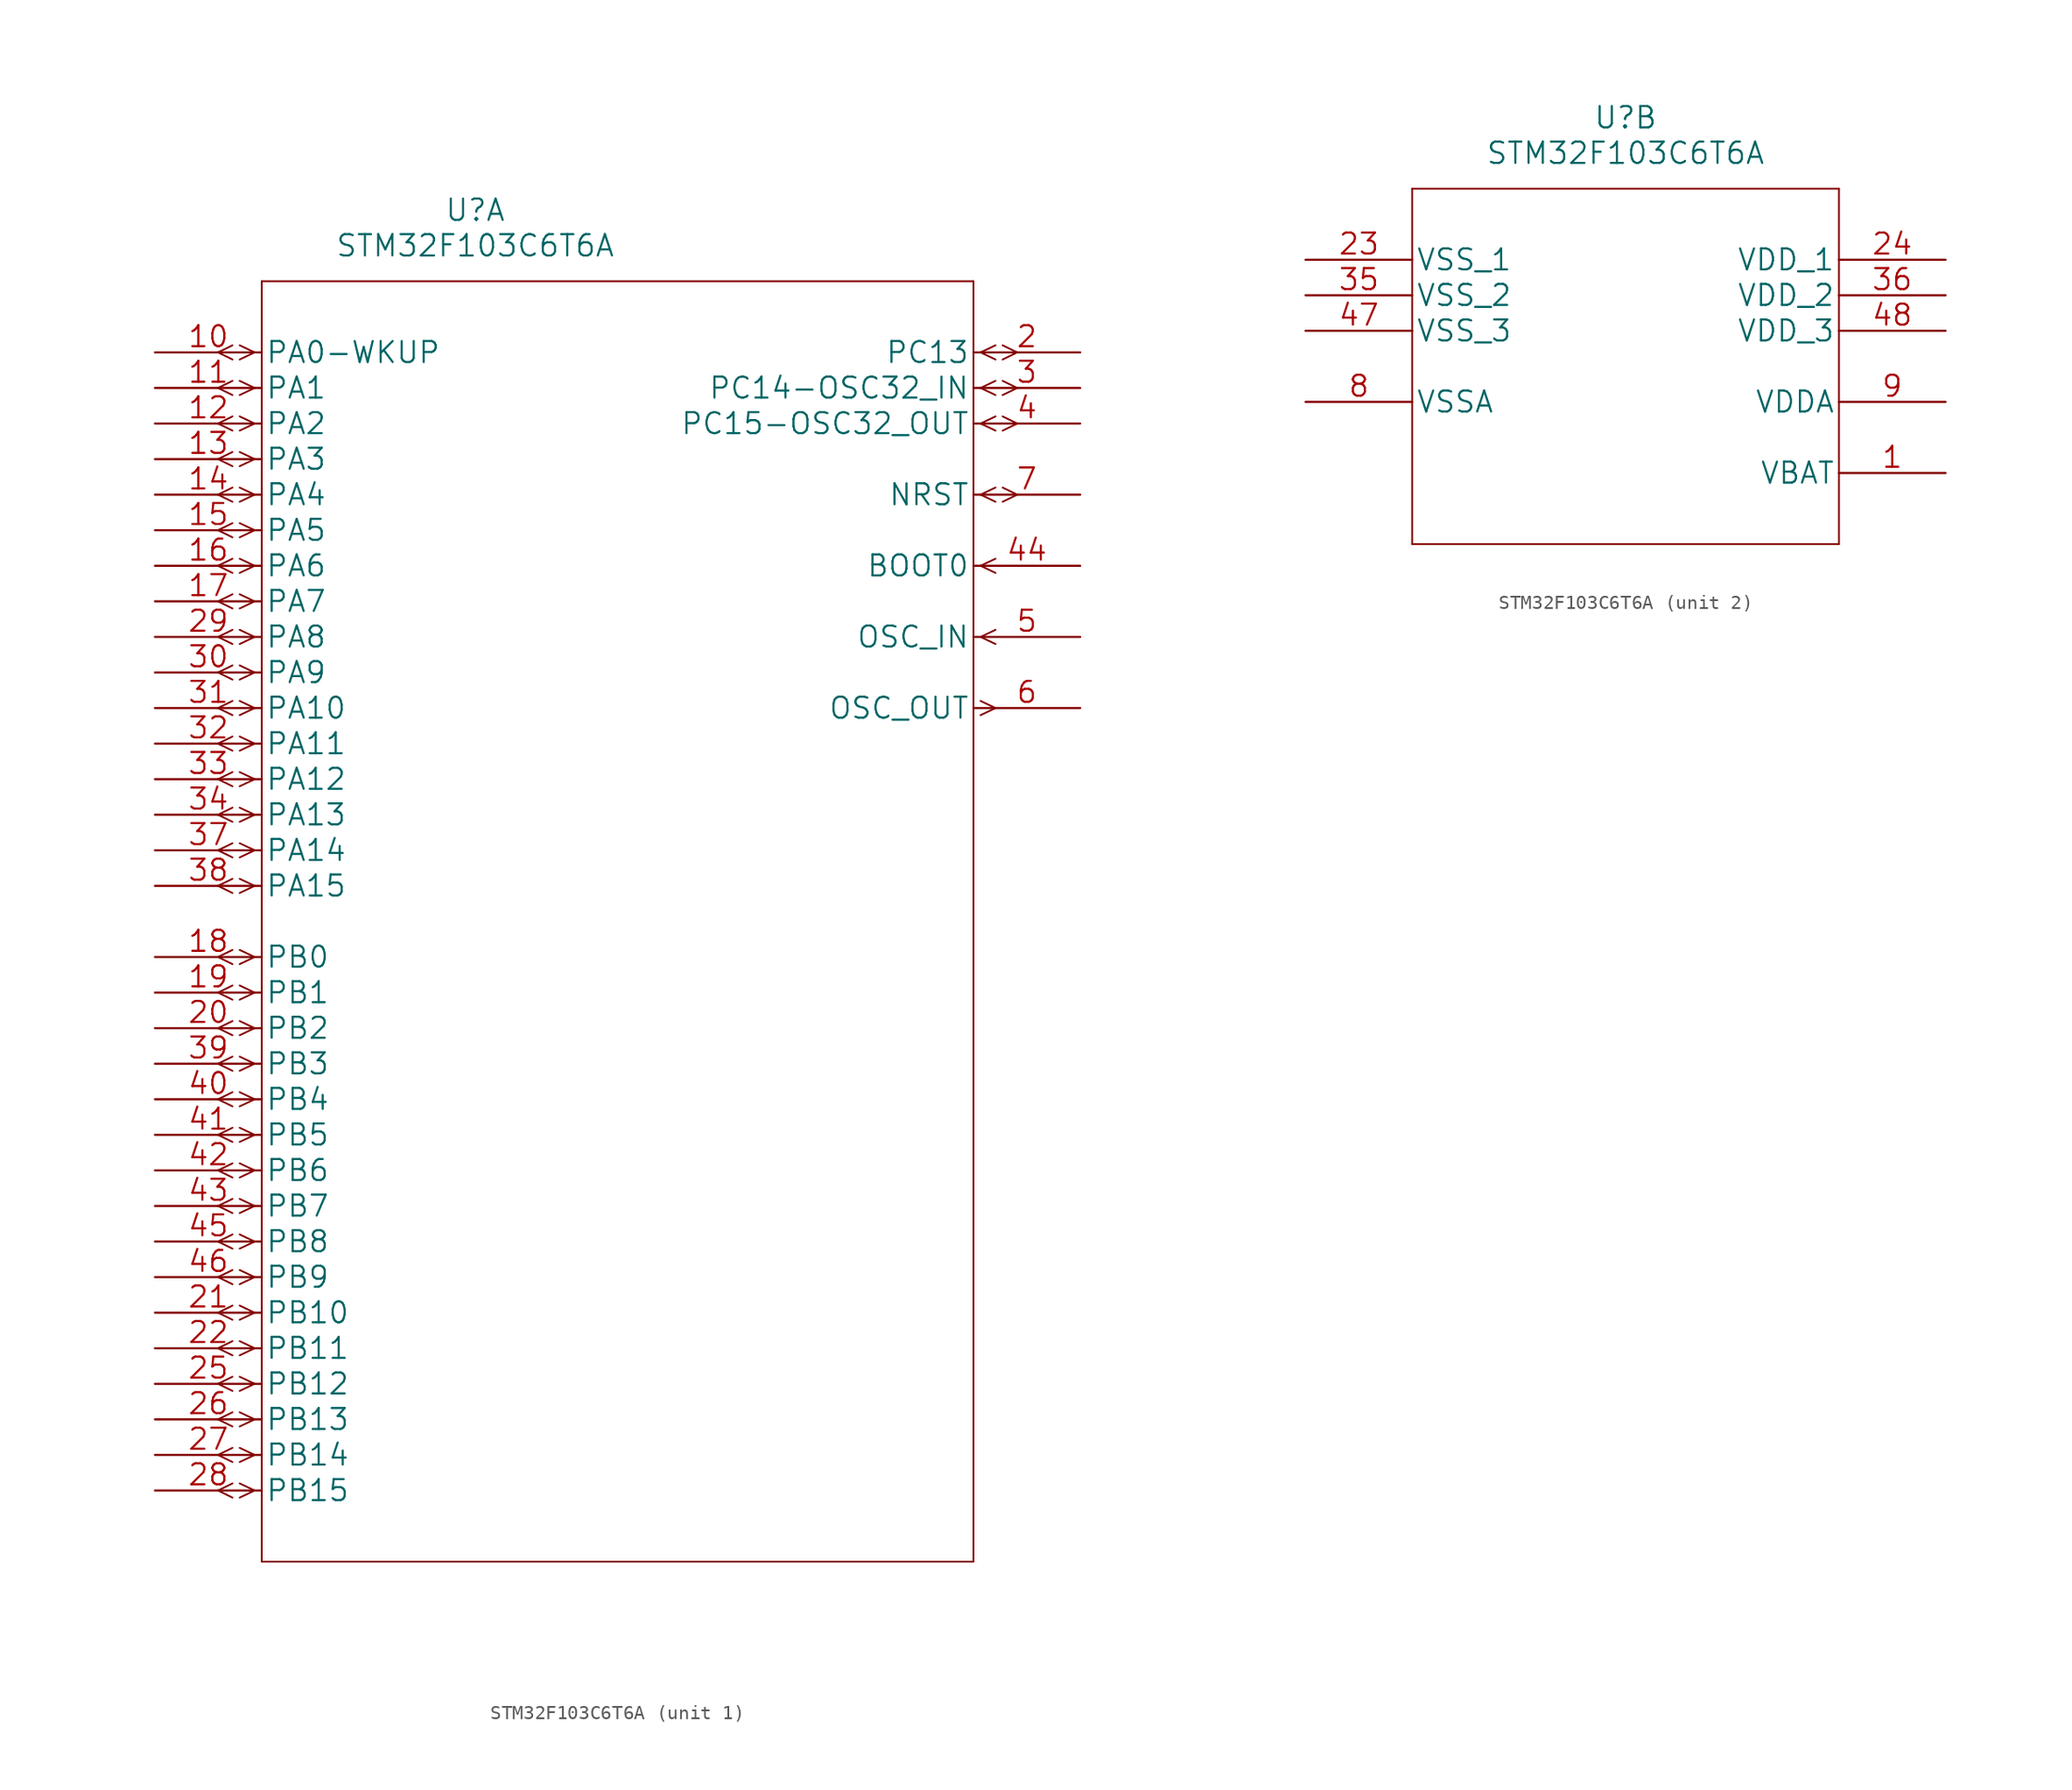
<source format=kicad_sym>
(kicad_symbol_lib
  (version 20211014)
  (generator kicad_symbol_editor)
  (symbol "STM32F103C6T6A"
    (pin_names
      (offset 0.254))
    (property "Reference" "U"
      (at 22.86 10.16 0)
      (effects (font (size 1.524 1.524))))
    (property "Value" "STM32F103C6T6A"
      (at 22.86 7.62 0)
      (effects (font (size 1.524 1.524))))
    (property "Datasheet" ""
      (at 0 0 0)
      (effects (font (size 1.524 1.524))))
    (symbol "STM32F103C6T6A_1_1"
      (polyline (pts (xy 5.537 -81.788) (xy 4.496 -81.28)) (stroke (width 0.127) (type default) (color 0 0 0 0)) (fill (type none)))
      (polyline (pts (xy 5.537 -80.772) (xy 4.496 -81.28)) (stroke (width 0.127) (type default) (color 0 0 0 0)) (fill (type none)))
      (polyline (pts (xy 5.537 -79.248) (xy 4.496 -78.74)) (stroke (width 0.127) (type default) (color 0 0 0 0)) (fill (type none)))
      (polyline (pts (xy 5.537 -78.232) (xy 4.496 -78.74)) (stroke (width 0.127) (type default) (color 0 0 0 0)) (fill (type none)))
      (polyline (pts (xy 5.537 -76.708) (xy 4.496 -76.2)) (stroke (width 0.127) (type default) (color 0 0 0 0)) (fill (type none)))
      (polyline (pts (xy 5.537 -75.692) (xy 4.496 -76.2)) (stroke (width 0.127) (type default) (color 0 0 0 0)) (fill (type none)))
      (polyline (pts (xy 5.537 -74.168) (xy 4.496 -73.66)) (stroke (width 0.127) (type default) (color 0 0 0 0)) (fill (type none)))
      (polyline (pts (xy 5.537 -73.152) (xy 4.496 -73.66)) (stroke (width 0.127) (type default) (color 0 0 0 0)) (fill (type none)))
      (polyline (pts (xy 5.537 -71.628) (xy 4.496 -71.12)) (stroke (width 0.127) (type default) (color 0 0 0 0)) (fill (type none)))
      (polyline (pts (xy 5.537 -70.612) (xy 4.496 -71.12)) (stroke (width 0.127) (type default) (color 0 0 0 0)) (fill (type none)))
      (polyline (pts (xy 5.537 -69.088) (xy 4.496 -68.58)) (stroke (width 0.127) (type default) (color 0 0 0 0)) (fill (type none)))
      (polyline (pts (xy 5.537 -68.072) (xy 4.496 -68.58)) (stroke (width 0.127) (type default) (color 0 0 0 0)) (fill (type none)))
      (polyline (pts (xy 5.537 -66.548) (xy 4.496 -66.04)) (stroke (width 0.127) (type default) (color 0 0 0 0)) (fill (type none)))
      (polyline (pts (xy 5.537 -65.532) (xy 4.496 -66.04)) (stroke (width 0.127) (type default) (color 0 0 0 0)) (fill (type none)))
      (polyline (pts (xy 5.537 -64.008) (xy 4.496 -63.5)) (stroke (width 0.127) (type default) (color 0 0 0 0)) (fill (type none)))
      (polyline (pts (xy 5.537 -62.992) (xy 4.496 -63.5)) (stroke (width 0.127) (type default) (color 0 0 0 0)) (fill (type none)))
      (polyline (pts (xy 5.537 -61.468) (xy 4.496 -60.96)) (stroke (width 0.127) (type default) (color 0 0 0 0)) (fill (type none)))
      (polyline (pts (xy 5.537 -60.452) (xy 4.496 -60.96)) (stroke (width 0.127) (type default) (color 0 0 0 0)) (fill (type none)))
      (polyline (pts (xy 5.537 -58.928) (xy 4.496 -58.42)) (stroke (width 0.127) (type default) (color 0 0 0 0)) (fill (type none)))
      (polyline (pts (xy 5.537 -57.912) (xy 4.496 -58.42)) (stroke (width 0.127) (type default) (color 0 0 0 0)) (fill (type none)))
      (polyline (pts (xy 5.537 -56.388) (xy 4.496 -55.88)) (stroke (width 0.127) (type default) (color 0 0 0 0)) (fill (type none)))
      (polyline (pts (xy 5.537 -55.372) (xy 4.496 -55.88)) (stroke (width 0.127) (type default) (color 0 0 0 0)) (fill (type none)))
      (polyline (pts (xy 5.537 -53.848) (xy 4.496 -53.34)) (stroke (width 0.127) (type default) (color 0 0 0 0)) (fill (type none)))
      (polyline (pts (xy 5.537 -52.832) (xy 4.496 -53.34)) (stroke (width 0.127) (type default) (color 0 0 0 0)) (fill (type none)))
      (polyline (pts (xy 5.537 -51.308) (xy 4.496 -50.8)) (stroke (width 0.127) (type default) (color 0 0 0 0)) (fill (type none)))
      (polyline (pts (xy 5.537 -50.292) (xy 4.496 -50.8)) (stroke (width 0.127) (type default) (color 0 0 0 0)) (fill (type none)))
      (polyline (pts (xy 5.537 -48.768) (xy 4.496 -48.26)) (stroke (width 0.127) (type default) (color 0 0 0 0)) (fill (type none)))
      (polyline (pts (xy 5.537 -47.752) (xy 4.496 -48.26)) (stroke (width 0.127) (type default) (color 0 0 0 0)) (fill (type none)))
      (polyline (pts (xy 5.537 -46.228) (xy 4.496 -45.72)) (stroke (width 0.127) (type default) (color 0 0 0 0)) (fill (type none)))
      (polyline (pts (xy 5.537 -45.212) (xy 4.496 -45.72)) (stroke (width 0.127) (type default) (color 0 0 0 0)) (fill (type none)))
      (polyline (pts (xy 5.537 -43.688) (xy 4.496 -43.18)) (stroke (width 0.127) (type default) (color 0 0 0 0)) (fill (type none)))
      (polyline (pts (xy 5.537 -42.672) (xy 4.496 -43.18)) (stroke (width 0.127) (type default) (color 0 0 0 0)) (fill (type none)))
      (polyline (pts (xy 5.537 -38.608) (xy 4.496 -38.1)) (stroke (width 0.127) (type default) (color 0 0 0 0)) (fill (type none)))
      (polyline (pts (xy 5.537 -37.592) (xy 4.496 -38.1)) (stroke (width 0.127) (type default) (color 0 0 0 0)) (fill (type none)))
      (polyline (pts (xy 5.537 -36.068) (xy 4.496 -35.56)) (stroke (width 0.127) (type default) (color 0 0 0 0)) (fill (type none)))
      (polyline (pts (xy 5.537 -35.052) (xy 4.496 -35.56)) (stroke (width 0.127) (type default) (color 0 0 0 0)) (fill (type none)))
      (polyline (pts (xy 5.537 -33.528) (xy 4.496 -33.02)) (stroke (width 0.127) (type default) (color 0 0 0 0)) (fill (type none)))
      (polyline (pts (xy 5.537 -32.512) (xy 4.496 -33.02)) (stroke (width 0.127) (type default) (color 0 0 0 0)) (fill (type none)))
      (polyline (pts (xy 5.537 -30.988) (xy 4.496 -30.48)) (stroke (width 0.127) (type default) (color 0 0 0 0)) (fill (type none)))
      (polyline (pts (xy 5.537 -29.972) (xy 4.496 -30.48)) (stroke (width 0.127) (type default) (color 0 0 0 0)) (fill (type none)))
      (polyline (pts (xy 5.537 -28.448) (xy 4.496 -27.94)) (stroke (width 0.127) (type default) (color 0 0 0 0)) (fill (type none)))
      (polyline (pts (xy 5.537 -27.432) (xy 4.496 -27.94)) (stroke (width 0.127) (type default) (color 0 0 0 0)) (fill (type none)))
      (polyline (pts (xy 5.537 -25.908) (xy 4.496 -25.4)) (stroke (width 0.127) (type default) (color 0 0 0 0)) (fill (type none)))
      (polyline (pts (xy 5.537 -24.892) (xy 4.496 -25.4)) (stroke (width 0.127) (type default) (color 0 0 0 0)) (fill (type none)))
      (polyline (pts (xy 5.537 -23.368) (xy 4.496 -22.86)) (stroke (width 0.127) (type default) (color 0 0 0 0)) (fill (type none)))
      (polyline (pts (xy 5.537 -22.352) (xy 4.496 -22.86)) (stroke (width 0.127) (type default) (color 0 0 0 0)) (fill (type none)))
      (polyline (pts (xy 5.537 -20.828) (xy 4.496 -20.32)) (stroke (width 0.127) (type default) (color 0 0 0 0)) (fill (type none)))
      (polyline (pts (xy 5.537 -19.812) (xy 4.496 -20.32)) (stroke (width 0.127) (type default) (color 0 0 0 0)) (fill (type none)))
      (polyline (pts (xy 5.537 -18.288) (xy 4.496 -17.78)) (stroke (width 0.127) (type default) (color 0 0 0 0)) (fill (type none)))
      (polyline (pts (xy 5.537 -17.272) (xy 4.496 -17.78)) (stroke (width 0.127) (type default) (color 0 0 0 0)) (fill (type none)))
      (polyline (pts (xy 5.537 -15.748) (xy 4.496 -15.24)) (stroke (width 0.127) (type default) (color 0 0 0 0)) (fill (type none)))
      (polyline (pts (xy 5.537 -14.732) (xy 4.496 -15.24)) (stroke (width 0.127) (type default) (color 0 0 0 0)) (fill (type none)))
      (polyline (pts (xy 5.537 -13.208) (xy 4.496 -12.7)) (stroke (width 0.127) (type default) (color 0 0 0 0)) (fill (type none)))
      (polyline (pts (xy 5.537 -12.192) (xy 4.496 -12.7)) (stroke (width 0.127) (type default) (color 0 0 0 0)) (fill (type none)))
      (polyline (pts (xy 5.537 -10.668) (xy 4.496 -10.16)) (stroke (width 0.127) (type default) (color 0 0 0 0)) (fill (type none)))
      (polyline (pts (xy 5.537 -9.652) (xy 4.496 -10.16)) (stroke (width 0.127) (type default) (color 0 0 0 0)) (fill (type none)))
      (polyline (pts (xy 5.537 -8.128) (xy 4.496 -7.62)) (stroke (width 0.127) (type default) (color 0 0 0 0)) (fill (type none)))
      (polyline (pts (xy 5.537 -7.112) (xy 4.496 -7.62)) (stroke (width 0.127) (type default) (color 0 0 0 0)) (fill (type none)))
      (polyline (pts (xy 5.537 -5.588) (xy 4.496 -5.08)) (stroke (width 0.127) (type default) (color 0 0 0 0)) (fill (type none)))
      (polyline (pts (xy 5.537 -4.572) (xy 4.496 -5.08)) (stroke (width 0.127) (type default) (color 0 0 0 0)) (fill (type none)))
      (polyline (pts (xy 5.537 -3.048) (xy 4.496 -2.54)) (stroke (width 0.127) (type default) (color 0 0 0 0)) (fill (type none)))
      (polyline (pts (xy 5.537 -2.032) (xy 4.496 -2.54)) (stroke (width 0.127) (type default) (color 0 0 0 0)) (fill (type none)))
      (polyline (pts (xy 5.537 -0.508) (xy 4.496 0)) (stroke (width 0.127) (type default) (color 0 0 0 0)) (fill (type none)))
      (polyline (pts (xy 5.537 0.508) (xy 4.496 0)) (stroke (width 0.127) (type default) (color 0 0 0 0)) (fill (type none)))
      (polyline (pts (xy 7.112 -81.28) (xy 6.045 -81.788)) (stroke (width 0.127) (type default) (color 0 0 0 0)) (fill (type none)))
      (polyline (pts (xy 7.112 -81.28) (xy 6.045 -80.772)) (stroke (width 0.127) (type default) (color 0 0 0 0)) (fill (type none)))
      (polyline (pts (xy 7.112 -78.74) (xy 6.045 -79.248)) (stroke (width 0.127) (type default) (color 0 0 0 0)) (fill (type none)))
      (polyline (pts (xy 7.112 -78.74) (xy 6.045 -78.232)) (stroke (width 0.127) (type default) (color 0 0 0 0)) (fill (type none)))
      (polyline (pts (xy 7.112 -76.2) (xy 6.045 -76.708)) (stroke (width 0.127) (type default) (color 0 0 0 0)) (fill (type none)))
      (polyline (pts (xy 7.112 -76.2) (xy 6.045 -75.692)) (stroke (width 0.127) (type default) (color 0 0 0 0)) (fill (type none)))
      (polyline (pts (xy 7.112 -73.66) (xy 6.045 -74.168)) (stroke (width 0.127) (type default) (color 0 0 0 0)) (fill (type none)))
      (polyline (pts (xy 7.112 -73.66) (xy 6.045 -73.152)) (stroke (width 0.127) (type default) (color 0 0 0 0)) (fill (type none)))
      (polyline (pts (xy 7.112 -71.12) (xy 6.045 -71.628)) (stroke (width 0.127) (type default) (color 0 0 0 0)) (fill (type none)))
      (polyline (pts (xy 7.112 -71.12) (xy 6.045 -70.612)) (stroke (width 0.127) (type default) (color 0 0 0 0)) (fill (type none)))
      (polyline (pts (xy 7.112 -68.58) (xy 6.045 -69.088)) (stroke (width 0.127) (type default) (color 0 0 0 0)) (fill (type none)))
      (polyline (pts (xy 7.112 -68.58) (xy 6.045 -68.072)) (stroke (width 0.127) (type default) (color 0 0 0 0)) (fill (type none)))
      (polyline (pts (xy 7.112 -66.04) (xy 6.045 -66.548)) (stroke (width 0.127) (type default) (color 0 0 0 0)) (fill (type none)))
      (polyline (pts (xy 7.112 -66.04) (xy 6.045 -65.532)) (stroke (width 0.127) (type default) (color 0 0 0 0)) (fill (type none)))
      (polyline (pts (xy 7.112 -63.5) (xy 6.045 -64.008)) (stroke (width 0.127) (type default) (color 0 0 0 0)) (fill (type none)))
      (polyline (pts (xy 7.112 -63.5) (xy 6.045 -62.992)) (stroke (width 0.127) (type default) (color 0 0 0 0)) (fill (type none)))
      (polyline (pts (xy 7.112 -60.96) (xy 6.045 -61.468)) (stroke (width 0.127) (type default) (color 0 0 0 0)) (fill (type none)))
      (polyline (pts (xy 7.112 -60.96) (xy 6.045 -60.452)) (stroke (width 0.127) (type default) (color 0 0 0 0)) (fill (type none)))
      (polyline (pts (xy 7.112 -58.42) (xy 6.045 -58.928)) (stroke (width 0.127) (type default) (color 0 0 0 0)) (fill (type none)))
      (polyline (pts (xy 7.112 -58.42) (xy 6.045 -57.912)) (stroke (width 0.127) (type default) (color 0 0 0 0)) (fill (type none)))
      (polyline (pts (xy 7.112 -55.88) (xy 6.045 -56.388)) (stroke (width 0.127) (type default) (color 0 0 0 0)) (fill (type none)))
      (polyline (pts (xy 7.112 -55.88) (xy 6.045 -55.372)) (stroke (width 0.127) (type default) (color 0 0 0 0)) (fill (type none)))
      (polyline (pts (xy 7.112 -53.34) (xy 6.045 -53.848)) (stroke (width 0.127) (type default) (color 0 0 0 0)) (fill (type none)))
      (polyline (pts (xy 7.112 -53.34) (xy 6.045 -52.832)) (stroke (width 0.127) (type default) (color 0 0 0 0)) (fill (type none)))
      (polyline (pts (xy 7.112 -50.8) (xy 6.045 -51.308)) (stroke (width 0.127) (type default) (color 0 0 0 0)) (fill (type none)))
      (polyline (pts (xy 7.112 -50.8) (xy 6.045 -50.292)) (stroke (width 0.127) (type default) (color 0 0 0 0)) (fill (type none)))
      (polyline (pts (xy 7.112 -48.26) (xy 6.045 -48.768)) (stroke (width 0.127) (type default) (color 0 0 0 0)) (fill (type none)))
      (polyline (pts (xy 7.112 -48.26) (xy 6.045 -47.752)) (stroke (width 0.127) (type default) (color 0 0 0 0)) (fill (type none)))
      (polyline (pts (xy 7.112 -45.72) (xy 6.045 -46.228)) (stroke (width 0.127) (type default) (color 0 0 0 0)) (fill (type none)))
      (polyline (pts (xy 7.112 -45.72) (xy 6.045 -45.212)) (stroke (width 0.127) (type default) (color 0 0 0 0)) (fill (type none)))
      (polyline (pts (xy 7.112 -43.18) (xy 6.045 -43.688)) (stroke (width 0.127) (type default) (color 0 0 0 0)) (fill (type none)))
      (polyline (pts (xy 7.112 -43.18) (xy 6.045 -42.672)) (stroke (width 0.127) (type default) (color 0 0 0 0)) (fill (type none)))
      (polyline (pts (xy 7.112 -38.1) (xy 6.045 -38.608)) (stroke (width 0.127) (type default) (color 0 0 0 0)) (fill (type none)))
      (polyline (pts (xy 7.112 -38.1) (xy 6.045 -37.592)) (stroke (width 0.127) (type default) (color 0 0 0 0)) (fill (type none)))
      (polyline (pts (xy 7.112 -35.56) (xy 6.045 -36.068)) (stroke (width 0.127) (type default) (color 0 0 0 0)) (fill (type none)))
      (polyline (pts (xy 7.112 -35.56) (xy 6.045 -35.052)) (stroke (width 0.127) (type default) (color 0 0 0 0)) (fill (type none)))
      (polyline (pts (xy 7.112 -33.02) (xy 6.045 -33.528)) (stroke (width 0.127) (type default) (color 0 0 0 0)) (fill (type none)))
      (polyline (pts (xy 7.112 -33.02) (xy 6.045 -32.512)) (stroke (width 0.127) (type default) (color 0 0 0 0)) (fill (type none)))
      (polyline (pts (xy 7.112 -30.48) (xy 6.045 -30.988)) (stroke (width 0.127) (type default) (color 0 0 0 0)) (fill (type none)))
      (polyline (pts (xy 7.112 -30.48) (xy 6.045 -29.972)) (stroke (width 0.127) (type default) (color 0 0 0 0)) (fill (type none)))
      (polyline (pts (xy 7.112 -27.94) (xy 6.045 -28.448)) (stroke (width 0.127) (type default) (color 0 0 0 0)) (fill (type none)))
      (polyline (pts (xy 7.112 -27.94) (xy 6.045 -27.432)) (stroke (width 0.127) (type default) (color 0 0 0 0)) (fill (type none)))
      (polyline (pts (xy 7.112 -25.4) (xy 6.045 -25.908)) (stroke (width 0.127) (type default) (color 0 0 0 0)) (fill (type none)))
      (polyline (pts (xy 7.112 -25.4) (xy 6.045 -24.892)) (stroke (width 0.127) (type default) (color 0 0 0 0)) (fill (type none)))
      (polyline (pts (xy 7.112 -22.86) (xy 6.045 -23.368)) (stroke (width 0.127) (type default) (color 0 0 0 0)) (fill (type none)))
      (polyline (pts (xy 7.112 -22.86) (xy 6.045 -22.352)) (stroke (width 0.127) (type default) (color 0 0 0 0)) (fill (type none)))
      (polyline (pts (xy 7.112 -20.32) (xy 6.045 -20.828)) (stroke (width 0.127) (type default) (color 0 0 0 0)) (fill (type none)))
      (polyline (pts (xy 7.112 -20.32) (xy 6.045 -19.812)) (stroke (width 0.127) (type default) (color 0 0 0 0)) (fill (type none)))
      (polyline (pts (xy 7.112 -17.78) (xy 6.045 -18.288)) (stroke (width 0.127) (type default) (color 0 0 0 0)) (fill (type none)))
      (polyline (pts (xy 7.112 -17.78) (xy 6.045 -17.272)) (stroke (width 0.127) (type default) (color 0 0 0 0)) (fill (type none)))
      (polyline (pts (xy 7.112 -15.24) (xy 6.045 -15.748)) (stroke (width 0.127) (type default) (color 0 0 0 0)) (fill (type none)))
      (polyline (pts (xy 7.112 -15.24) (xy 6.045 -14.732)) (stroke (width 0.127) (type default) (color 0 0 0 0)) (fill (type none)))
      (polyline (pts (xy 7.112 -12.7) (xy 6.045 -13.208)) (stroke (width 0.127) (type default) (color 0 0 0 0)) (fill (type none)))
      (polyline (pts (xy 7.112 -12.7) (xy 6.045 -12.192)) (stroke (width 0.127) (type default) (color 0 0 0 0)) (fill (type none)))
      (polyline (pts (xy 7.112 -10.16) (xy 6.045 -10.668)) (stroke (width 0.127) (type default) (color 0 0 0 0)) (fill (type none)))
      (polyline (pts (xy 7.112 -10.16) (xy 6.045 -9.652)) (stroke (width 0.127) (type default) (color 0 0 0 0)) (fill (type none)))
      (polyline (pts (xy 7.112 -7.62) (xy 6.045 -8.128)) (stroke (width 0.127) (type default) (color 0 0 0 0)) (fill (type none)))
      (polyline (pts (xy 7.112 -7.62) (xy 6.045 -7.112)) (stroke (width 0.127) (type default) (color 0 0 0 0)) (fill (type none)))
      (polyline (pts (xy 7.112 -5.08) (xy 6.045 -5.588)) (stroke (width 0.127) (type default) (color 0 0 0 0)) (fill (type none)))
      (polyline (pts (xy 7.112 -5.08) (xy 6.045 -4.572)) (stroke (width 0.127) (type default) (color 0 0 0 0)) (fill (type none)))
      (polyline (pts (xy 7.112 -2.54) (xy 6.045 -3.048)) (stroke (width 0.127) (type default) (color 0 0 0 0)) (fill (type none)))
      (polyline (pts (xy 7.112 -2.54) (xy 6.045 -2.032)) (stroke (width 0.127) (type default) (color 0 0 0 0)) (fill (type none)))
      (polyline (pts (xy 7.112 0) (xy 6.045 -0.508)) (stroke (width 0.127) (type default) (color 0 0 0 0)) (fill (type none)))
      (polyline (pts (xy 7.112 0) (xy 6.045 0.508)) (stroke (width 0.127) (type default) (color 0 0 0 0)) (fill (type none)))
      (polyline (pts (xy 7.62 -86.36) (xy 58.42 -86.36)) (stroke (width 0.127) (type default) (color 0 0 0 0)) (fill (type none)))
      (polyline (pts (xy 7.62 5.08) (xy 7.62 -86.36)) (stroke (width 0.127) (type default) (color 0 0 0 0)) (fill (type none)))
      (polyline (pts (xy 58.42 -86.36) (xy 58.42 5.08)) (stroke (width 0.127) (type default) (color 0 0 0 0)) (fill (type none)))
      (polyline (pts (xy 58.42 5.08) (xy 7.62 5.08)) (stroke (width 0.127) (type default) (color 0 0 0 0)) (fill (type none)))
      (polyline (pts (xy 58.928 -25.908) (xy 59.995 -25.4)) (stroke (width 0.127) (type default) (color 0 0 0 0)) (fill (type none)))
      (polyline (pts (xy 58.928 -24.892) (xy 59.995 -25.4)) (stroke (width 0.127) (type default) (color 0 0 0 0)) (fill (type none)))
      (polyline (pts (xy 58.928 -20.32) (xy 59.995 -20.828)) (stroke (width 0.127) (type default) (color 0 0 0 0)) (fill (type none)))
      (polyline (pts (xy 58.928 -20.32) (xy 59.995 -19.812)) (stroke (width 0.127) (type default) (color 0 0 0 0)) (fill (type none)))
      (polyline (pts (xy 58.928 -15.24) (xy 59.995 -15.748)) (stroke (width 0.127) (type default) (color 0 0 0 0)) (fill (type none)))
      (polyline (pts (xy 58.928 -15.24) (xy 59.995 -14.732)) (stroke (width 0.127) (type default) (color 0 0 0 0)) (fill (type none)))
      (polyline (pts (xy 58.928 -10.16) (xy 59.995 -10.668)) (stroke (width 0.127) (type default) (color 0 0 0 0)) (fill (type none)))
      (polyline (pts (xy 58.928 -10.16) (xy 59.995 -9.652)) (stroke (width 0.127) (type default) (color 0 0 0 0)) (fill (type none)))
      (polyline (pts (xy 58.928 -5.08) (xy 59.995 -5.588)) (stroke (width 0.127) (type default) (color 0 0 0 0)) (fill (type none)))
      (polyline (pts (xy 58.928 -5.08) (xy 59.995 -4.572)) (stroke (width 0.127) (type default) (color 0 0 0 0)) (fill (type none)))
      (polyline (pts (xy 58.928 -2.54) (xy 59.995 -3.048)) (stroke (width 0.127) (type default) (color 0 0 0 0)) (fill (type none)))
      (polyline (pts (xy 58.928 -2.54) (xy 59.995 -2.032)) (stroke (width 0.127) (type default) (color 0 0 0 0)) (fill (type none)))
      (polyline (pts (xy 58.928 0) (xy 59.995 -0.508)) (stroke (width 0.127) (type default) (color 0 0 0 0)) (fill (type none)))
      (polyline (pts (xy 58.928 0) (xy 59.995 0.508)) (stroke (width 0.127) (type default) (color 0 0 0 0)) (fill (type none)))
      (polyline (pts (xy 60.503 -10.668) (xy 61.544 -10.16)) (stroke (width 0.127) (type default) (color 0 0 0 0)) (fill (type none)))
      (polyline (pts (xy 60.503 -9.652) (xy 61.544 -10.16)) (stroke (width 0.127) (type default) (color 0 0 0 0)) (fill (type none)))
      (polyline (pts (xy 60.503 -5.588) (xy 61.544 -5.08)) (stroke (width 0.127) (type default) (color 0 0 0 0)) (fill (type none)))
      (polyline (pts (xy 60.503 -4.572) (xy 61.544 -5.08)) (stroke (width 0.127) (type default) (color 0 0 0 0)) (fill (type none)))
      (polyline (pts (xy 60.503 -3.048) (xy 61.544 -2.54)) (stroke (width 0.127) (type default) (color 0 0 0 0)) (fill (type none)))
      (polyline (pts (xy 60.503 -2.032) (xy 61.544 -2.54)) (stroke (width 0.127) (type default) (color 0 0 0 0)) (fill (type none)))
      (polyline (pts (xy 60.503 -0.508) (xy 61.544 0)) (stroke (width 0.127) (type default) (color 0 0 0 0)) (fill (type none)))
      (polyline (pts (xy 60.503 0.508) (xy 61.544 0)) (stroke (width 0.127) (type default) (color 0 0 0 0)) (fill (type none)))
      (pin bidirectional line (at 0 0 0) (length 7.62) (name "PA0-WKUP" (effects (font (size 1.499 1.499)))) (number "10" (effects (font (size 1.499 1.499)))))
      (pin bidirectional line (at 0 -2.54 0) (length 7.62) (name "PA1" (effects (font (size 1.499 1.499)))) (number "11" (effects (font (size 1.499 1.499)))))
      (pin bidirectional line (at 0 -5.08 0) (length 7.62) (name "PA2" (effects (font (size 1.499 1.499)))) (number "12" (effects (font (size 1.499 1.499)))))
      (pin bidirectional line (at 0 -7.62 0) (length 7.62) (name "PA3" (effects (font (size 1.499 1.499)))) (number "13" (effects (font (size 1.499 1.499)))))
      (pin bidirectional line (at 0 -10.16 0) (length 7.62) (name "PA4" (effects (font (size 1.499 1.499)))) (number "14" (effects (font (size 1.499 1.499)))))
      (pin bidirectional line (at 0 -12.7 0) (length 7.62) (name "PA5" (effects (font (size 1.499 1.499)))) (number "15" (effects (font (size 1.499 1.499)))))
      (pin bidirectional line (at 0 -15.24 0) (length 7.62) (name "PA6" (effects (font (size 1.499 1.499)))) (number "16" (effects (font (size 1.499 1.499)))))
      (pin bidirectional line (at 0 -17.78 0) (length 7.62) (name "PA7" (effects (font (size 1.499 1.499)))) (number "17" (effects (font (size 1.499 1.499)))))
      (pin bidirectional line (at 0 -43.18 0) (length 7.62) (name "PB0" (effects (font (size 1.499 1.499)))) (number "18" (effects (font (size 1.499 1.499)))))
      (pin bidirectional line (at 0 -45.72 0) (length 7.62) (name "PB1" (effects (font (size 1.499 1.499)))) (number "19" (effects (font (size 1.499 1.499)))))
      (pin bidirectional line (at 66.04 0 180) (length 7.62) (name "PC13" (effects (font (size 1.499 1.499)))) (number "2" (effects (font (size 1.499 1.499)))))
      (pin bidirectional line (at 0 -48.26 0) (length 7.62) (name "PB2" (effects (font (size 1.499 1.499)))) (number "20" (effects (font (size 1.499 1.499)))))
      (pin bidirectional line (at 0 -68.58 0) (length 7.62) (name "PB10" (effects (font (size 1.499 1.499)))) (number "21" (effects (font (size 1.499 1.499)))))
      (pin bidirectional line (at 0 -71.12 0) (length 7.62) (name "PB11" (effects (font (size 1.499 1.499)))) (number "22" (effects (font (size 1.499 1.499)))))
      (pin bidirectional line (at 0 -73.66 0) (length 7.62) (name "PB12" (effects (font (size 1.499 1.499)))) (number "25" (effects (font (size 1.499 1.499)))))
      (pin bidirectional line (at 0 -76.2 0) (length 7.62) (name "PB13" (effects (font (size 1.499 1.499)))) (number "26" (effects (font (size 1.499 1.499)))))
      (pin bidirectional line (at 0 -78.74 0) (length 7.62) (name "PB14" (effects (font (size 1.499 1.499)))) (number "27" (effects (font (size 1.499 1.499)))))
      (pin bidirectional line (at 0 -81.28 0) (length 7.62) (name "PB15" (effects (font (size 1.499 1.499)))) (number "28" (effects (font (size 1.499 1.499)))))
      (pin bidirectional line (at 0 -20.32 0) (length 7.62) (name "PA8" (effects (font (size 1.499 1.499)))) (number "29" (effects (font (size 1.499 1.499)))))
      (pin bidirectional line (at 66.04 -2.54 180) (length 7.62) (name "PC14-OSC32_IN" (effects (font (size 1.499 1.499)))) (number "3" (effects (font (size 1.499 1.499)))))
      (pin bidirectional line (at 0 -22.86 0) (length 7.62) (name "PA9" (effects (font (size 1.499 1.499)))) (number "30" (effects (font (size 1.499 1.499)))))
      (pin bidirectional line (at 0 -25.4 0) (length 7.62) (name "PA10" (effects (font (size 1.499 1.499)))) (number "31" (effects (font (size 1.499 1.499)))))
      (pin bidirectional line (at 0 -27.94 0) (length 7.62) (name "PA11" (effects (font (size 1.499 1.499)))) (number "32" (effects (font (size 1.499 1.499)))))
      (pin bidirectional line (at 0 -30.48 0) (length 7.62) (name "PA12" (effects (font (size 1.499 1.499)))) (number "33" (effects (font (size 1.499 1.499)))))
      (pin bidirectional line (at 0 -33.02 0) (length 7.62) (name "PA13" (effects (font (size 1.499 1.499)))) (number "34" (effects (font (size 1.499 1.499)))))
      (pin bidirectional line (at 0 -35.56 0) (length 7.62) (name "PA14" (effects (font (size 1.499 1.499)))) (number "37" (effects (font (size 1.499 1.499)))))
      (pin bidirectional line (at 0 -38.1 0) (length 7.62) (name "PA15" (effects (font (size 1.499 1.499)))) (number "38" (effects (font (size 1.499 1.499)))))
      (pin bidirectional line (at 0 -50.8 0) (length 7.62) (name "PB3" (effects (font (size 1.499 1.499)))) (number "39" (effects (font (size 1.499 1.499)))))
      (pin bidirectional line (at 66.04 -5.08 180) (length 7.62) (name "PC15-OSC32_OUT" (effects (font (size 1.499 1.499)))) (number "4" (effects (font (size 1.499 1.499)))))
      (pin bidirectional line (at 0 -53.34 0) (length 7.62) (name "PB4" (effects (font (size 1.499 1.499)))) (number "40" (effects (font (size 1.499 1.499)))))
      (pin bidirectional line (at 0 -55.88 0) (length 7.62) (name "PB5" (effects (font (size 1.499 1.499)))) (number "41" (effects (font (size 1.499 1.499)))))
      (pin bidirectional line (at 0 -58.42 0) (length 7.62) (name "PB6" (effects (font (size 1.499 1.499)))) (number "42" (effects (font (size 1.499 1.499)))))
      (pin bidirectional line (at 0 -60.96 0) (length 7.62) (name "PB7" (effects (font (size 1.499 1.499)))) (number "43" (effects (font (size 1.499 1.499)))))
      (pin input line (at 66.04 -15.24 180) (length 7.62) (name "BOOT0" (effects (font (size 1.499 1.499)))) (number "44" (effects (font (size 1.499 1.499)))))
      (pin bidirectional line (at 0 -63.5 0) (length 7.62) (name "PB8" (effects (font (size 1.499 1.499)))) (number "45" (effects (font (size 1.499 1.499)))))
      (pin bidirectional line (at 0 -66.04 0) (length 7.62) (name "PB9" (effects (font (size 1.499 1.499)))) (number "46" (effects (font (size 1.499 1.499)))))
      (pin input line (at 66.04 -20.32 180) (length 7.62) (name "OSC_IN" (effects (font (size 1.499 1.499)))) (number "5" (effects (font (size 1.499 1.499)))))
      (pin output line (at 66.04 -25.4 180) (length 7.62) (name "OSC_OUT" (effects (font (size 1.499 1.499)))) (number "6" (effects (font (size 1.499 1.499)))))
      (pin bidirectional line (at 66.04 -10.16 180) (length 7.62) (name "NRST" (effects (font (size 1.499 1.499)))) (number "7" (effects (font (size 1.499 1.499))))))
    (symbol "STM32F103C6T6A_2_1"
      (polyline (pts (xy 7.62 -20.32) (xy 38.1 -20.32)) (stroke (width 0.127) (type default) (color 0 0 0 0)) (fill (type none)))
      (polyline (pts (xy 7.62 5.08) (xy 7.62 -20.32)) (stroke (width 0.127) (type default) (color 0 0 0 0)) (fill (type none)))
      (polyline (pts (xy 38.1 -20.32) (xy 38.1 5.08)) (stroke (width 0.127) (type default) (color 0 0 0 0)) (fill (type none)))
      (polyline (pts (xy 38.1 5.08) (xy 7.62 5.08)) (stroke (width 0.127) (type default) (color 0 0 0 0)) (fill (type none)))
      (pin power_in line (at 45.72 -15.24 180) (length 7.62) (name "VBAT" (effects (font (size 1.499 1.499)))) (number "1" (effects (font (size 1.499 1.499)))))
      (pin power_in line (at 0 0 0) (length 7.62) (name "VSS_1" (effects (font (size 1.499 1.499)))) (number "23" (effects (font (size 1.499 1.499)))))
      (pin power_in line (at 45.72 0 180) (length 7.62) (name "VDD_1" (effects (font (size 1.499 1.499)))) (number "24" (effects (font (size 1.499 1.499)))))
      (pin power_in line (at 0 -2.54 0) (length 7.62) (name "VSS_2" (effects (font (size 1.499 1.499)))) (number "35" (effects (font (size 1.499 1.499)))))
      (pin power_in line (at 45.72 -2.54 180) (length 7.62) (name "VDD_2" (effects (font (size 1.499 1.499)))) (number "36" (effects (font (size 1.499 1.499)))))
      (pin power_in line (at 0 -5.08 0) (length 7.62) (name "VSS_3" (effects (font (size 1.499 1.499)))) (number "47" (effects (font (size 1.499 1.499)))))
      (pin power_in line (at 45.72 -5.08 180) (length 7.62) (name "VDD_3" (effects (font (size 1.499 1.499)))) (number "48" (effects (font (size 1.499 1.499)))))
      (pin power_in line (at 0 -10.16 0) (length 7.62) (name "VSSA" (effects (font (size 1.499 1.499)))) (number "8" (effects (font (size 1.499 1.499)))))
      (pin power_in line (at 45.72 -10.16 180) (length 7.62) (name "VDDA" (effects (font (size 1.499 1.499)))) (number "9" (effects (font (size 1.499 1.499))))))))
</source>
